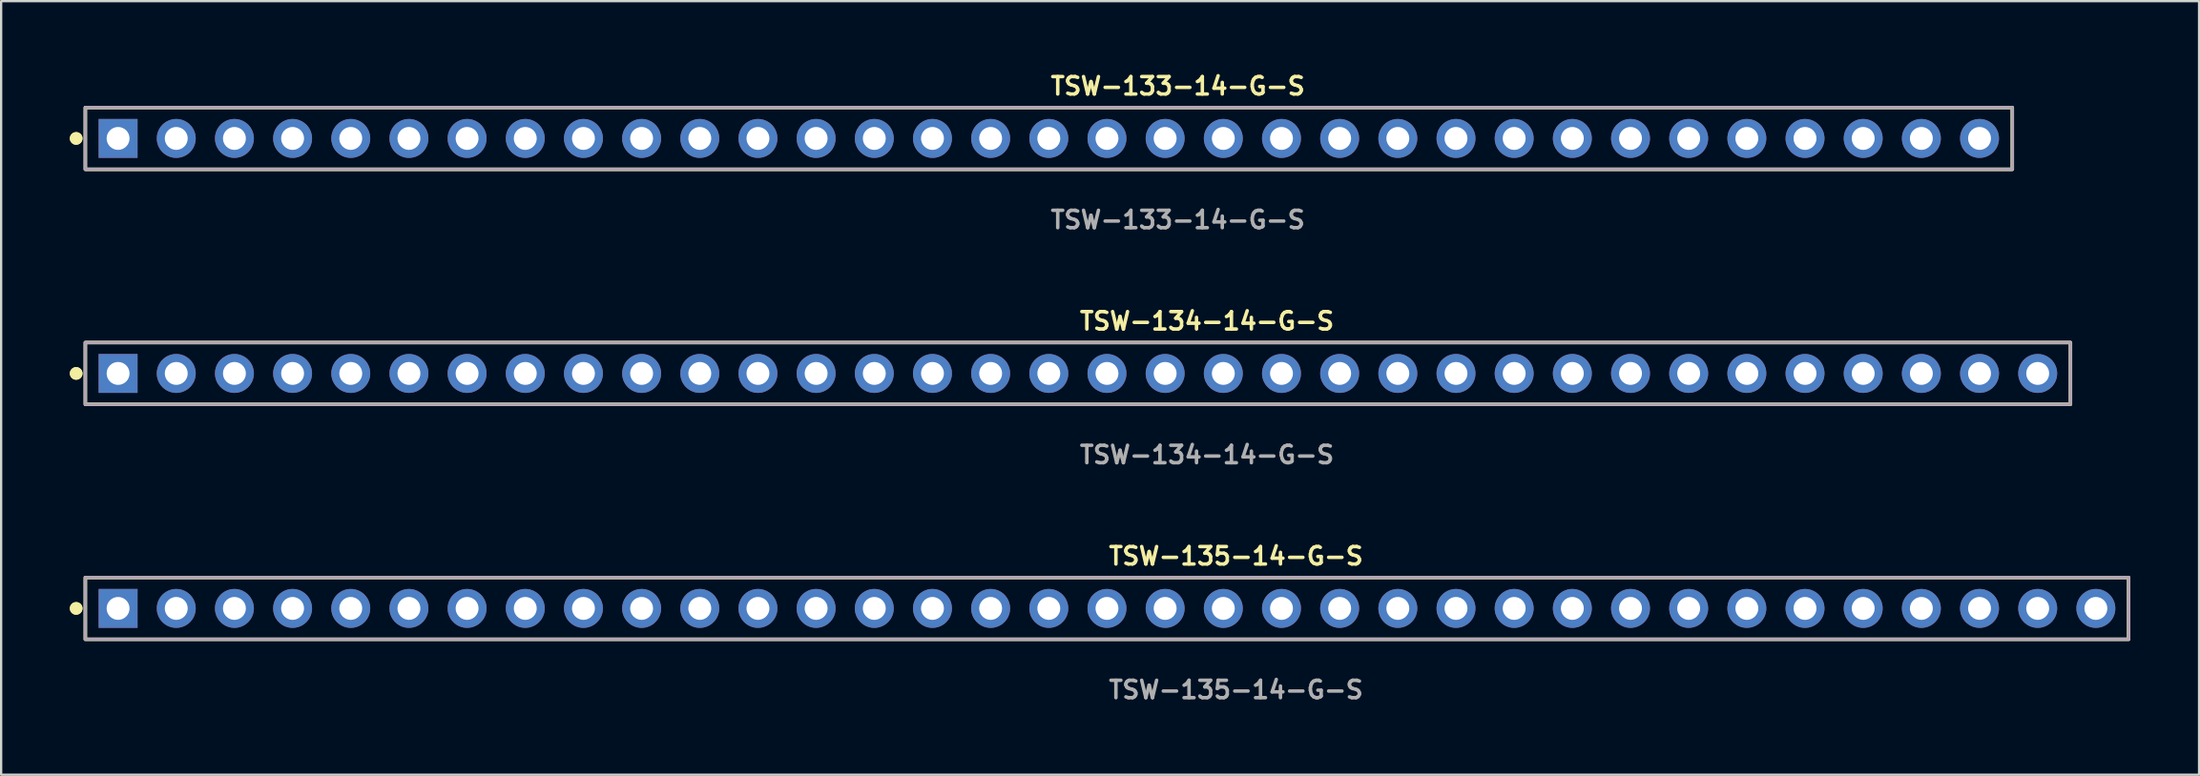
<source format=kicad_pcb>
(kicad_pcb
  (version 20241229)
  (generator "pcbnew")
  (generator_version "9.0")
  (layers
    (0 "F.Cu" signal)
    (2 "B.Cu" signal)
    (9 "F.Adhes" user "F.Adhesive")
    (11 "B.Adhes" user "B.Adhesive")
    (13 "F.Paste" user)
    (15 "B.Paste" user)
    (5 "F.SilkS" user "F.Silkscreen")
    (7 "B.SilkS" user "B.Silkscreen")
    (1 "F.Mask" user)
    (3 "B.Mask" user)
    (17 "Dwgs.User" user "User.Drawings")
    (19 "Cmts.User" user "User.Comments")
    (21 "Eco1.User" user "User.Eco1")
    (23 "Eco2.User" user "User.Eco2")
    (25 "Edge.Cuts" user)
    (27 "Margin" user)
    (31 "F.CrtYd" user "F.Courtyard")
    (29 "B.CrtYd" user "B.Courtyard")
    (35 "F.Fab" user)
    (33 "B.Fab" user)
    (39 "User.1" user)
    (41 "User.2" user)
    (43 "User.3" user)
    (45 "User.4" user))
  (footprint "TSW-135-14-G-S"
    (layer "F.Cu")
    (at 45.286 23.536)
    (property "Reference" "TSW-135-14-G-S" (at 0 -2.286 0) (unlocked yes) (layer "F.SilkS") (effects (font (size 0.762 0.762) (thickness 0.152)) (justify left)))
    (fp_rect (start -44.61 1.35) (end 44.61 -1.35) (stroke (width 0.152) (type solid)) (fill no) (layer "F.SilkS"))
    (fp_circle (center -45.01 0) (end -45.21 0) (stroke (width 0.152) (type solid)) (fill yes) (layer "F.SilkS"))
    (fp_circle (center -45.01 0) (end -45.21 0) (stroke (width 0.152) (type solid)) (fill yes) (layer "F.SilkS"))
    (fp_rect (start -44.61 1.35) (end 44.61 -1.35) (stroke (width 0.006) (type solid)) (fill no) (layer "F.CrtYd"))
    (fp_rect (start -44.61 1.35) (end 44.61 -1.35) (stroke (width 0.152) (type solid)) (fill no) (layer "F.Fab"))
    (fp_text user "${REFERENCE}" (at 0 3.556 0) (unlocked yes) (layer "F.Fab") (effects (font (size 0.762 0.762) (thickness 0.152)) (justify left)))
    (pad "1" thru_hole rect (at -43.18 0) (size 1.7 1.7) (drill 1) (layers "*.Cu" "*.Mask"))
    (pad "2" thru_hole circle (at -40.64 0) (size 1.7 1.7) (drill 1) (layers "*.Cu" "*.Mask"))
    (pad "3" thru_hole circle (at -38.1 0) (size 1.7 1.7) (drill 1) (layers "*.Cu" "*.Mask"))
    (pad "4" thru_hole circle (at -35.56 0) (size 1.7 1.7) (drill 1) (layers "*.Cu" "*.Mask"))
    (pad "5" thru_hole circle (at -33.02 0) (size 1.7 1.7) (drill 1) (layers "*.Cu" "*.Mask"))
    (pad "6" thru_hole circle (at -30.48 0) (size 1.7 1.7) (drill 1) (layers "*.Cu" "*.Mask"))
    (pad "7" thru_hole circle (at -27.94 0) (size 1.7 1.7) (drill 1) (layers "*.Cu" "*.Mask"))
    (pad "8" thru_hole circle (at -25.4 0) (size 1.7 1.7) (drill 1) (layers "*.Cu" "*.Mask"))
    (pad "9" thru_hole circle (at -22.86 0) (size 1.7 1.7) (drill 1) (layers "*.Cu" "*.Mask"))
    (pad "10" thru_hole circle (at -20.32 0) (size 1.7 1.7) (drill 1) (layers "*.Cu" "*.Mask"))
    (pad "11" thru_hole circle (at -17.78 0) (size 1.7 1.7) (drill 1) (layers "*.Cu" "*.Mask"))
    (pad "12" thru_hole circle (at -15.24 0) (size 1.7 1.7) (drill 1) (layers "*.Cu" "*.Mask"))
    (pad "13" thru_hole circle (at -12.7 0) (size 1.7 1.7) (drill 1) (layers "*.Cu" "*.Mask"))
    (pad "14" thru_hole circle (at -10.16 0) (size 1.7 1.7) (drill 1) (layers "*.Cu" "*.Mask"))
    (pad "15" thru_hole circle (at -7.62 0) (size 1.7 1.7) (drill 1) (layers "*.Cu" "*.Mask"))
    (pad "16" thru_hole circle (at -5.08 0) (size 1.7 1.7) (drill 1) (layers "*.Cu" "*.Mask"))
    (pad "17" thru_hole circle (at -2.54 0) (size 1.7 1.7) (drill 1) (layers "*.Cu" "*.Mask"))
    (pad "18" thru_hole circle (at 0 0) (size 1.7 1.7) (drill 1) (layers "*.Cu" "*.Mask"))
    (pad "19" thru_hole circle (at 2.54 0) (size 1.7 1.7) (drill 1) (layers "*.Cu" "*.Mask"))
    (pad "20" thru_hole circle (at 5.08 0) (size 1.7 1.7) (drill 1) (layers "*.Cu" "*.Mask"))
    (pad "21" thru_hole circle (at 7.62 0) (size 1.7 1.7) (drill 1) (layers "*.Cu" "*.Mask"))
    (pad "22" thru_hole circle (at 10.16 0) (size 1.7 1.7) (drill 1) (layers "*.Cu" "*.Mask"))
    (pad "23" thru_hole circle (at 12.7 0) (size 1.7 1.7) (drill 1) (layers "*.Cu" "*.Mask"))
    (pad "24" thru_hole circle (at 15.24 0) (size 1.7 1.7) (drill 1) (layers "*.Cu" "*.Mask"))
    (pad "25" thru_hole circle (at 17.78 0) (size 1.7 1.7) (drill 1) (layers "*.Cu" "*.Mask"))
    (pad "26" thru_hole circle (at 20.32 0) (size 1.7 1.7) (drill 1) (layers "*.Cu" "*.Mask"))
    (pad "27" thru_hole circle (at 22.86 0) (size 1.7 1.7) (drill 1) (layers "*.Cu" "*.Mask"))
    (pad "28" thru_hole circle (at 25.4 0) (size 1.7 1.7) (drill 1) (layers "*.Cu" "*.Mask"))
    (pad "29" thru_hole circle (at 27.94 0) (size 1.7 1.7) (drill 1) (layers "*.Cu" "*.Mask"))
    (pad "30" thru_hole circle (at 30.48 0) (size 1.7 1.7) (drill 1) (layers "*.Cu" "*.Mask"))
    (pad "31" thru_hole circle (at 33.02 0) (size 1.7 1.7) (drill 1) (layers "*.Cu" "*.Mask"))
    (pad "32" thru_hole circle (at 35.56 0) (size 1.7 1.7) (drill 1) (layers "*.Cu" "*.Mask"))
    (pad "33" thru_hole circle (at 38.1 0) (size 1.7 1.7) (drill 1) (layers "*.Cu" "*.Mask"))
    (pad "34" thru_hole circle (at 40.64 0) (size 1.7 1.7) (drill 1) (layers "*.Cu" "*.Mask"))
    (pad "35" thru_hole circle (at 43.18 0) (size 1.7 1.7) (drill 1) (layers "*.Cu" "*.Mask")))
  (footprint "TSW-134-14-G-S"
    (layer "F.Cu")
    (at 44.016 13.268)
    (property "Reference" "TSW-134-14-G-S" (at 0 -2.286 0) (unlocked yes) (layer "F.SilkS") (effects (font (size 0.762 0.762) (thickness 0.152)) (justify left)))
    (fp_rect (start -43.34 1.35) (end 43.34 -1.35) (stroke (width 0.152) (type solid)) (fill no) (layer "F.SilkS"))
    (fp_circle (center -43.74 0) (end -43.94 0) (stroke (width 0.152) (type solid)) (fill yes) (layer "F.SilkS"))
    (fp_circle (center -43.74 0) (end -43.94 0) (stroke (width 0.152) (type solid)) (fill yes) (layer "F.SilkS"))
    (fp_rect (start -43.34 1.35) (end 43.34 -1.35) (stroke (width 0.006) (type solid)) (fill no) (layer "F.CrtYd"))
    (fp_rect (start -43.34 1.35) (end 43.34 -1.35) (stroke (width 0.152) (type solid)) (fill no) (layer "F.Fab"))
    (fp_text user "${REFERENCE}" (at 0 3.556 0) (unlocked yes) (layer "F.Fab") (effects (font (size 0.762 0.762) (thickness 0.152)) (justify left)))
    (pad "1" thru_hole rect (at -41.91 0) (size 1.7 1.7) (drill 1) (layers "*.Cu" "*.Mask"))
    (pad "2" thru_hole circle (at -39.37 0) (size 1.7 1.7) (drill 1) (layers "*.Cu" "*.Mask"))
    (pad "3" thru_hole circle (at -36.83 0) (size 1.7 1.7) (drill 1) (layers "*.Cu" "*.Mask"))
    (pad "4" thru_hole circle (at -34.29 0) (size 1.7 1.7) (drill 1) (layers "*.Cu" "*.Mask"))
    (pad "5" thru_hole circle (at -31.75 0) (size 1.7 1.7) (drill 1) (layers "*.Cu" "*.Mask"))
    (pad "6" thru_hole circle (at -29.21 0) (size 1.7 1.7) (drill 1) (layers "*.Cu" "*.Mask"))
    (pad "7" thru_hole circle (at -26.67 0) (size 1.7 1.7) (drill 1) (layers "*.Cu" "*.Mask"))
    (pad "8" thru_hole circle (at -24.13 0) (size 1.7 1.7) (drill 1) (layers "*.Cu" "*.Mask"))
    (pad "9" thru_hole circle (at -21.59 0) (size 1.7 1.7) (drill 1) (layers "*.Cu" "*.Mask"))
    (pad "10" thru_hole circle (at -19.05 0) (size 1.7 1.7) (drill 1) (layers "*.Cu" "*.Mask"))
    (pad "11" thru_hole circle (at -16.51 0) (size 1.7 1.7) (drill 1) (layers "*.Cu" "*.Mask"))
    (pad "12" thru_hole circle (at -13.97 0) (size 1.7 1.7) (drill 1) (layers "*.Cu" "*.Mask"))
    (pad "13" thru_hole circle (at -11.43 0) (size 1.7 1.7) (drill 1) (layers "*.Cu" "*.Mask"))
    (pad "14" thru_hole circle (at -8.89 0) (size 1.7 1.7) (drill 1) (layers "*.Cu" "*.Mask"))
    (pad "15" thru_hole circle (at -6.35 0) (size 1.7 1.7) (drill 1) (layers "*.Cu" "*.Mask"))
    (pad "16" thru_hole circle (at -3.81 0) (size 1.7 1.7) (drill 1) (layers "*.Cu" "*.Mask"))
    (pad "17" thru_hole circle (at -1.27 0) (size 1.7 1.7) (drill 1) (layers "*.Cu" "*.Mask"))
    (pad "18" thru_hole circle (at 1.27 0) (size 1.7 1.7) (drill 1) (layers "*.Cu" "*.Mask"))
    (pad "19" thru_hole circle (at 3.81 0) (size 1.7 1.7) (drill 1) (layers "*.Cu" "*.Mask"))
    (pad "20" thru_hole circle (at 6.35 0) (size 1.7 1.7) (drill 1) (layers "*.Cu" "*.Mask"))
    (pad "21" thru_hole circle (at 8.89 0) (size 1.7 1.7) (drill 1) (layers "*.Cu" "*.Mask"))
    (pad "22" thru_hole circle (at 11.43 0) (size 1.7 1.7) (drill 1) (layers "*.Cu" "*.Mask"))
    (pad "23" thru_hole circle (at 13.97 0) (size 1.7 1.7) (drill 1) (layers "*.Cu" "*.Mask"))
    (pad "24" thru_hole circle (at 16.51 0) (size 1.7 1.7) (drill 1) (layers "*.Cu" "*.Mask"))
    (pad "25" thru_hole circle (at 19.05 0) (size 1.7 1.7) (drill 1) (layers "*.Cu" "*.Mask"))
    (pad "26" thru_hole circle (at 21.59 0) (size 1.7 1.7) (drill 1) (layers "*.Cu" "*.Mask"))
    (pad "27" thru_hole circle (at 24.13 0) (size 1.7 1.7) (drill 1) (layers "*.Cu" "*.Mask"))
    (pad "28" thru_hole circle (at 26.67 0) (size 1.7 1.7) (drill 1) (layers "*.Cu" "*.Mask"))
    (pad "29" thru_hole circle (at 29.21 0) (size 1.7 1.7) (drill 1) (layers "*.Cu" "*.Mask"))
    (pad "30" thru_hole circle (at 31.75 0) (size 1.7 1.7) (drill 1) (layers "*.Cu" "*.Mask"))
    (pad "31" thru_hole circle (at 34.29 0) (size 1.7 1.7) (drill 1) (layers "*.Cu" "*.Mask"))
    (pad "32" thru_hole circle (at 36.83 0) (size 1.7 1.7) (drill 1) (layers "*.Cu" "*.Mask"))
    (pad "33" thru_hole circle (at 39.37 0) (size 1.7 1.7) (drill 1) (layers "*.Cu" "*.Mask"))
    (pad "34" thru_hole circle (at 41.91 0) (size 1.7 1.7) (drill 1) (layers "*.Cu" "*.Mask")))
  (footprint "TSW-133-14-G-S"
    (layer "F.Cu")
    (at 42.746 2.999)
    (property "Reference" "TSW-133-14-G-S" (at 0 -2.286 0) (unlocked yes) (layer "F.SilkS") (effects (font (size 0.762 0.762) (thickness 0.152)) (justify left)))
    (fp_rect (start -42.07 1.35) (end 42.07 -1.35) (stroke (width 0.152) (type solid)) (fill no) (layer "F.SilkS"))
    (fp_circle (center -42.47 0) (end -42.67 0) (stroke (width 0.152) (type solid)) (fill yes) (layer "F.SilkS"))
    (fp_circle (center -42.47 0) (end -42.67 0) (stroke (width 0.152) (type solid)) (fill yes) (layer "F.SilkS"))
    (fp_rect (start -42.07 1.35) (end 42.07 -1.35) (stroke (width 0.006) (type solid)) (fill no) (layer "F.CrtYd"))
    (fp_rect (start -42.07 1.35) (end 42.07 -1.35) (stroke (width 0.152) (type solid)) (fill no) (layer "F.Fab"))
    (fp_text user "${REFERENCE}" (at 0 3.556 0) (unlocked yes) (layer "F.Fab") (effects (font (size 0.762 0.762) (thickness 0.152)) (justify left)))
    (pad "1" thru_hole rect (at -40.64 0) (size 1.7 1.7) (drill 1) (layers "*.Cu" "*.Mask"))
    (pad "2" thru_hole circle (at -38.1 0) (size 1.7 1.7) (drill 1) (layers "*.Cu" "*.Mask"))
    (pad "3" thru_hole circle (at -35.56 0) (size 1.7 1.7) (drill 1) (layers "*.Cu" "*.Mask"))
    (pad "4" thru_hole circle (at -33.02 0) (size 1.7 1.7) (drill 1) (layers "*.Cu" "*.Mask"))
    (pad "5" thru_hole circle (at -30.48 0) (size 1.7 1.7) (drill 1) (layers "*.Cu" "*.Mask"))
    (pad "6" thru_hole circle (at -27.94 0) (size 1.7 1.7) (drill 1) (layers "*.Cu" "*.Mask"))
    (pad "7" thru_hole circle (at -25.4 0) (size 1.7 1.7) (drill 1) (layers "*.Cu" "*.Mask"))
    (pad "8" thru_hole circle (at -22.86 0) (size 1.7 1.7) (drill 1) (layers "*.Cu" "*.Mask"))
    (pad "9" thru_hole circle (at -20.32 0) (size 1.7 1.7) (drill 1) (layers "*.Cu" "*.Mask"))
    (pad "10" thru_hole circle (at -17.78 0) (size 1.7 1.7) (drill 1) (layers "*.Cu" "*.Mask"))
    (pad "11" thru_hole circle (at -15.24 0) (size 1.7 1.7) (drill 1) (layers "*.Cu" "*.Mask"))
    (pad "12" thru_hole circle (at -12.7 0) (size 1.7 1.7) (drill 1) (layers "*.Cu" "*.Mask"))
    (pad "13" thru_hole circle (at -10.16 0) (size 1.7 1.7) (drill 1) (layers "*.Cu" "*.Mask"))
    (pad "14" thru_hole circle (at -7.62 0) (size 1.7 1.7) (drill 1) (layers "*.Cu" "*.Mask"))
    (pad "15" thru_hole circle (at -5.08 0) (size 1.7 1.7) (drill 1) (layers "*.Cu" "*.Mask"))
    (pad "16" thru_hole circle (at -2.54 0) (size 1.7 1.7) (drill 1) (layers "*.Cu" "*.Mask"))
    (pad "17" thru_hole circle (at 0 0) (size 1.7 1.7) (drill 1) (layers "*.Cu" "*.Mask"))
    (pad "18" thru_hole circle (at 2.54 0) (size 1.7 1.7) (drill 1) (layers "*.Cu" "*.Mask"))
    (pad "19" thru_hole circle (at 5.08 0) (size 1.7 1.7) (drill 1) (layers "*.Cu" "*.Mask"))
    (pad "20" thru_hole circle (at 7.62 0) (size 1.7 1.7) (drill 1) (layers "*.Cu" "*.Mask"))
    (pad "21" thru_hole circle (at 10.16 0) (size 1.7 1.7) (drill 1) (layers "*.Cu" "*.Mask"))
    (pad "22" thru_hole circle (at 12.7 0) (size 1.7 1.7) (drill 1) (layers "*.Cu" "*.Mask"))
    (pad "23" thru_hole circle (at 15.24 0) (size 1.7 1.7) (drill 1) (layers "*.Cu" "*.Mask"))
    (pad "24" thru_hole circle (at 17.78 0) (size 1.7 1.7) (drill 1) (layers "*.Cu" "*.Mask"))
    (pad "25" thru_hole circle (at 20.32 0) (size 1.7 1.7) (drill 1) (layers "*.Cu" "*.Mask"))
    (pad "26" thru_hole circle (at 22.86 0) (size 1.7 1.7) (drill 1) (layers "*.Cu" "*.Mask"))
    (pad "27" thru_hole circle (at 25.4 0) (size 1.7 1.7) (drill 1) (layers "*.Cu" "*.Mask"))
    (pad "28" thru_hole circle (at 27.94 0) (size 1.7 1.7) (drill 1) (layers "*.Cu" "*.Mask"))
    (pad "29" thru_hole circle (at 30.48 0) (size 1.7 1.7) (drill 1) (layers "*.Cu" "*.Mask"))
    (pad "30" thru_hole circle (at 33.02 0) (size 1.7 1.7) (drill 1) (layers "*.Cu" "*.Mask"))
    (pad "31" thru_hole circle (at 35.56 0) (size 1.7 1.7) (drill 1) (layers "*.Cu" "*.Mask"))
    (pad "32" thru_hole circle (at 38.1 0) (size 1.7 1.7) (drill 1) (layers "*.Cu" "*.Mask"))
    (pad "33" thru_hole circle (at 40.64 0) (size 1.7 1.7) (drill 1) (layers "*.Cu" "*.Mask")))
  (gr_rect
    (start -3 -3)
    (end 92.972 30.805)
    (stroke (width 0.1) (type default))
    (fill no)
    (layer "Edge.Cuts")))
</source>
